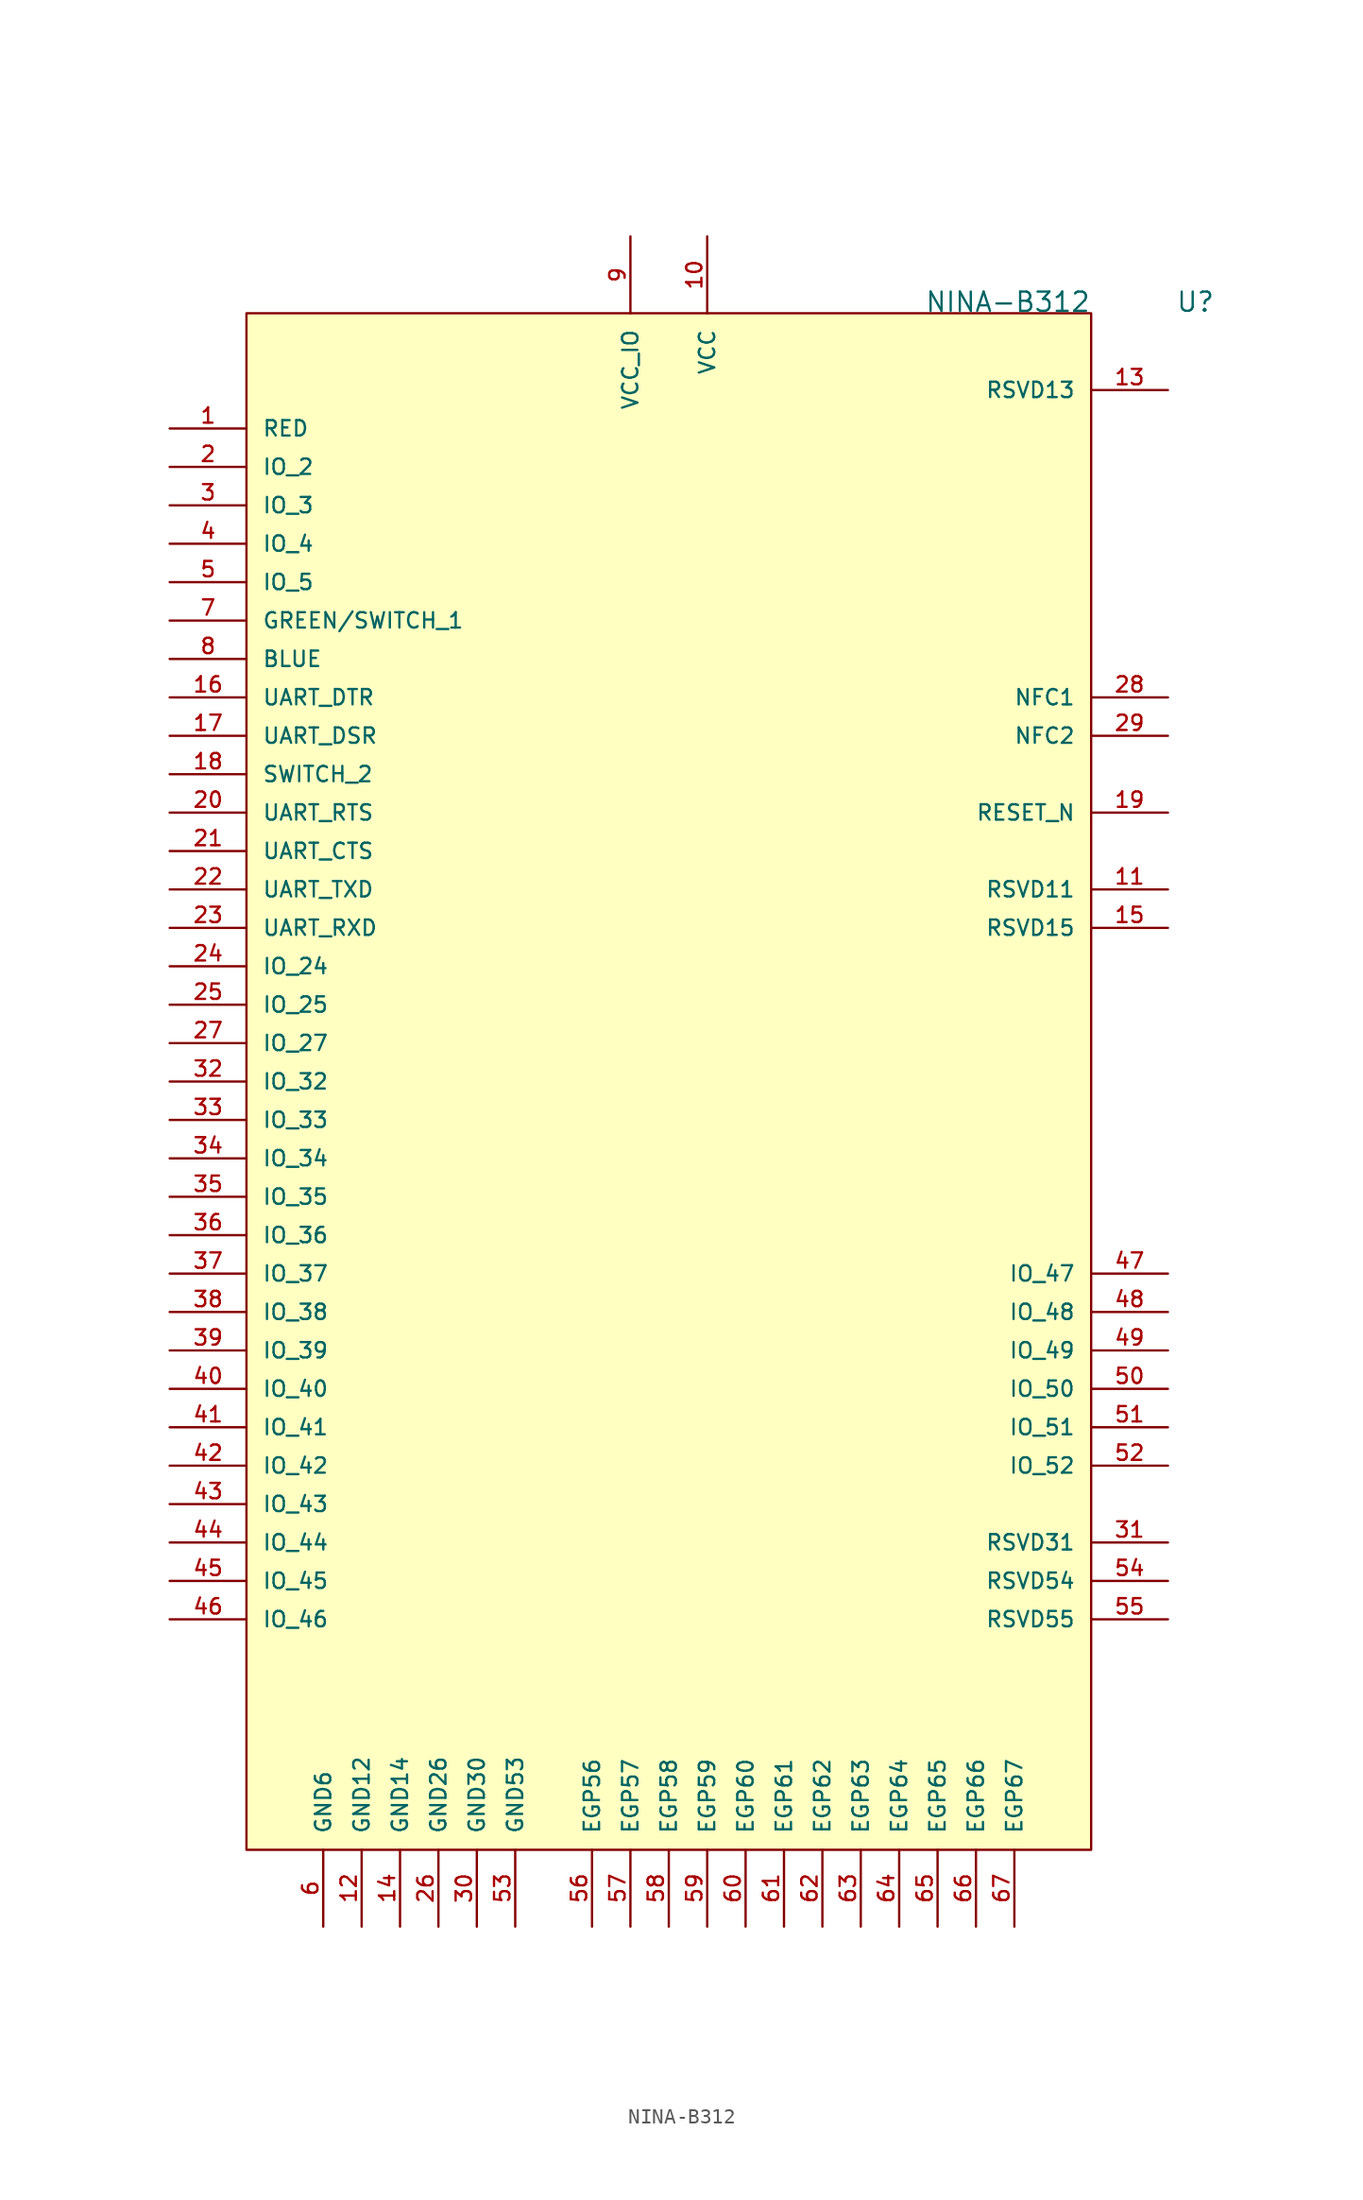
<source format=kicad_sym>
(kicad_symbol_lib
  (version 20211014)
  (generator kicad_symbol_editor)
  (symbol "NINA-B312"
    (pin_names
      (offset 1.016))
    (property "Reference" "U"
      (at 61.468 0.0 0)
      (effects (font (size 1.27 1.27)) (justify bottom left)))
    (property "Value" "NINA-B312"
      (at 55.88 0.0 0)
      (effects (font (size 1.27 1.27)) (justify bottom right)))
    (symbol "NINA-B312_0_0"
      (rectangle (start 3.5527136788e-15 -101.6) (end 55.88 -7.1054273576e-15) (stroke (width 0.152)) (fill (type background)))
      (pin bidirectional line (at 60.96 -81.28 180.0) (length 5.08) (name "RSVD31" (effects (font (size 1.016 1.016)))) (number "31" (effects (font (size 1.016 1.016)))))
      (pin power_in line (at 50.8 -106.68 90.0) (length 5.08) (name "EGP67" (effects (font (size 1.016 1.016)))) (number "67" (effects (font (size 1.016 1.016)))))
      (pin power_in line (at 48.26 -106.68 90.0) (length 5.08) (name "EGP66" (effects (font (size 1.016 1.016)))) (number "66" (effects (font (size 1.016 1.016)))))
      (pin power_in line (at 45.72 -106.68 90.0) (length 5.08) (name "EGP65" (effects (font (size 1.016 1.016)))) (number "65" (effects (font (size 1.016 1.016)))))
      (pin power_in line (at 43.18 -106.68 90.0) (length 5.08) (name "EGP64" (effects (font (size 1.016 1.016)))) (number "64" (effects (font (size 1.016 1.016)))))
      (pin power_in line (at 40.64 -106.68 90.0) (length 5.08) (name "EGP63" (effects (font (size 1.016 1.016)))) (number "63" (effects (font (size 1.016 1.016)))))
      (pin power_in line (at 38.1 -106.68 90.0) (length 5.08) (name "EGP62" (effects (font (size 1.016 1.016)))) (number "62" (effects (font (size 1.016 1.016)))))
      (pin power_in line (at 35.56 -106.68 90.0) (length 5.08) (name "EGP61" (effects (font (size 1.016 1.016)))) (number "61" (effects (font (size 1.016 1.016)))))
      (pin power_in line (at 33.02 -106.68 90.0) (length 5.08) (name "EGP60" (effects (font (size 1.016 1.016)))) (number "60" (effects (font (size 1.016 1.016)))))
      (pin power_in line (at 30.48 -106.68 90.0) (length 5.08) (name "EGP59" (effects (font (size 1.016 1.016)))) (number "59" (effects (font (size 1.016 1.016)))))
      (pin power_in line (at 27.94 -106.68 90.0) (length 5.08) (name "EGP58" (effects (font (size 1.016 1.016)))) (number "58" (effects (font (size 1.016 1.016)))))
      (pin power_in line (at 25.4 -106.68 90.0) (length 5.08) (name "EGP57" (effects (font (size 1.016 1.016)))) (number "57" (effects (font (size 1.016 1.016)))))
      (pin power_in line (at 22.86 -106.68 90.0) (length 5.08) (name "EGP56" (effects (font (size 1.016 1.016)))) (number "56" (effects (font (size 1.016 1.016)))))
      (pin power_in line (at 12.7 -106.68 90.0) (length 5.08) (name "GND26" (effects (font (size 1.016 1.016)))) (number "26" (effects (font (size 1.016 1.016)))))
      (pin power_in line (at 10.16 -106.68 90.0) (length 5.08) (name "GND14" (effects (font (size 1.016 1.016)))) (number "14" (effects (font (size 1.016 1.016)))))
      (pin power_in line (at 7.62 -106.68 90.0) (length 5.08) (name "GND12" (effects (font (size 1.016 1.016)))) (number "12" (effects (font (size 1.016 1.016)))))
      (pin power_in line (at 5.08 -106.68 90.0) (length 5.08) (name "GND6" (effects (font (size 1.016 1.016)))) (number "6" (effects (font (size 1.016 1.016)))))
      (pin power_in line (at 17.78 -106.68 90.0) (length 5.08) (name "GND53" (effects (font (size 1.016 1.016)))) (number "53" (effects (font (size 1.016 1.016)))))
      (pin bidirectional line (at 60.96 -63.5 180.0) (length 5.08) (name "IO_47" (effects (font (size 1.016 1.016)))) (number "47" (effects (font (size 1.016 1.016)))))
      (pin bidirectional line (at 60.96 -86.36 180.0) (length 5.08) (name "RSVD55" (effects (font (size 1.016 1.016)))) (number "55" (effects (font (size 1.016 1.016)))))
      (pin bidirectional line (at 60.96 -83.82 180.0) (length 5.08) (name "RSVD54" (effects (font (size 1.016 1.016)))) (number "54" (effects (font (size 1.016 1.016)))))
      (pin bidirectional line (at 60.96 -76.2 180.0) (length 5.08) (name "IO_52" (effects (font (size 1.016 1.016)))) (number "52" (effects (font (size 1.016 1.016)))))
      (pin bidirectional line (at 60.96 -73.66 180.0) (length 5.08) (name "IO_51" (effects (font (size 1.016 1.016)))) (number "51" (effects (font (size 1.016 1.016)))))
      (pin bidirectional line (at 60.96 -71.12 180.0) (length 5.08) (name "IO_50" (effects (font (size 1.016 1.016)))) (number "50" (effects (font (size 1.016 1.016)))))
      (pin bidirectional line (at 60.96 -68.58 180.0) (length 5.08) (name "IO_49" (effects (font (size 1.016 1.016)))) (number "49" (effects (font (size 1.016 1.016)))))
      (pin bidirectional line (at 60.96 -66.04 180.0) (length 5.08) (name "IO_48" (effects (font (size 1.016 1.016)))) (number "48" (effects (font (size 1.016 1.016)))))
      (pin bidirectional line (at -5.08 -86.36 0) (length 5.08) (name "IO_46" (effects (font (size 1.016 1.016)))) (number "46" (effects (font (size 1.016 1.016)))))
      (pin bidirectional line (at -5.08 -83.82 0) (length 5.08) (name "IO_45" (effects (font (size 1.016 1.016)))) (number "45" (effects (font (size 1.016 1.016)))))
      (pin bidirectional line (at -5.08 -81.28 0) (length 5.08) (name "IO_44" (effects (font (size 1.016 1.016)))) (number "44" (effects (font (size 1.016 1.016)))))
      (pin bidirectional line (at -5.08 -78.74 0) (length 5.08) (name "IO_43" (effects (font (size 1.016 1.016)))) (number "43" (effects (font (size 1.016 1.016)))))
      (pin bidirectional line (at -5.08 -76.2 0) (length 5.08) (name "IO_42" (effects (font (size 1.016 1.016)))) (number "42" (effects (font (size 1.016 1.016)))))
      (pin bidirectional line (at -5.08 -73.66 0) (length 5.08) (name "IO_41" (effects (font (size 1.016 1.016)))) (number "41" (effects (font (size 1.016 1.016)))))
      (pin bidirectional line (at -5.08 -71.12 0) (length 5.08) (name "IO_40" (effects (font (size 1.016 1.016)))) (number "40" (effects (font (size 1.016 1.016)))))
      (pin bidirectional line (at -5.08 -68.58 0) (length 5.08) (name "IO_39" (effects (font (size 1.016 1.016)))) (number "39" (effects (font (size 1.016 1.016)))))
      (pin bidirectional line (at -5.08 -66.04 0) (length 5.08) (name "IO_38" (effects (font (size 1.016 1.016)))) (number "38" (effects (font (size 1.016 1.016)))))
      (pin bidirectional line (at -5.08 -63.5 0) (length 5.08) (name "IO_37" (effects (font (size 1.016 1.016)))) (number "37" (effects (font (size 1.016 1.016)))))
      (pin bidirectional line (at -5.08 -60.96 0) (length 5.08) (name "IO_36" (effects (font (size 1.016 1.016)))) (number "36" (effects (font (size 1.016 1.016)))))
      (pin bidirectional line (at -5.08 -58.42 0) (length 5.08) (name "IO_35" (effects (font (size 1.016 1.016)))) (number "35" (effects (font (size 1.016 1.016)))))
      (pin bidirectional line (at -5.08 -55.88 0) (length 5.08) (name "IO_34" (effects (font (size 1.016 1.016)))) (number "34" (effects (font (size 1.016 1.016)))))
      (pin bidirectional line (at -5.08 -53.34 0) (length 5.08) (name "IO_33" (effects (font (size 1.016 1.016)))) (number "33" (effects (font (size 1.016 1.016)))))
      (pin bidirectional line (at -5.08 -50.8 0) (length 5.08) (name "IO_32" (effects (font (size 1.016 1.016)))) (number "32" (effects (font (size 1.016 1.016)))))
      (pin input line (at -5.08 -35.56 0) (length 5.08) (name "UART_CTS" (effects (font (size 1.016 1.016)))) (number "21" (effects (font (size 1.016 1.016)))))
      (pin input line (at -5.08 -30.48 0) (length 5.08) (name "SWITCH_2" (effects (font (size 1.016 1.016)))) (number "18" (effects (font (size 1.016 1.016)))))
      (pin output line (at -5.08 -38.1 0) (length 5.08) (name "UART_TXD" (effects (font (size 1.016 1.016)))) (number "22" (effects (font (size 1.016 1.016)))))
      (pin input line (at -5.08 -40.64 0) (length 5.08) (name "UART_RXD" (effects (font (size 1.016 1.016)))) (number "23" (effects (font (size 1.016 1.016)))))
      (pin bidirectional line (at -5.08 -20.32 0) (length 5.08) (name "GREEN/SWITCH_1" (effects (font (size 1.016 1.016)))) (number "7" (effects (font (size 1.016 1.016)))))
      (pin bidirectional line (at -5.08 -43.18 0) (length 5.08) (name "IO_24" (effects (font (size 1.016 1.016)))) (number "24" (effects (font (size 1.016 1.016)))))
      (pin bidirectional line (at -5.08 -45.72 0) (length 5.08) (name "IO_25" (effects (font (size 1.016 1.016)))) (number "25" (effects (font (size 1.016 1.016)))))
      (pin power_in line (at 15.24 -106.68 90.0) (length 5.08) (name "GND30" (effects (font (size 1.016 1.016)))) (number "30" (effects (font (size 1.016 1.016)))))
      (pin bidirectional line (at -5.08 -12.7 0) (length 5.08) (name "IO_3" (effects (font (size 1.016 1.016)))) (number "3" (effects (font (size 1.016 1.016)))))
      (pin bidirectional line (at -5.08 -15.24 0) (length 5.08) (name "IO_4" (effects (font (size 1.016 1.016)))) (number "4" (effects (font (size 1.016 1.016)))))
      (pin output line (at -5.08 -25.4 0) (length 5.08) (name "UART_DTR" (effects (font (size 1.016 1.016)))) (number "16" (effects (font (size 1.016 1.016)))))
      (pin output line (at -5.08 -7.62 0) (length 5.08) (name "RED" (effects (font (size 1.016 1.016)))) (number "1" (effects (font (size 1.016 1.016)))))
      (pin input line (at 60.96 -38.1 180.0) (length 5.08) (name "RSVD11" (effects (font (size 1.016 1.016)))) (number "11" (effects (font (size 1.016 1.016)))))
      (pin input line (at -5.08 -27.94 0) (length 5.08) (name "UART_DSR" (effects (font (size 1.016 1.016)))) (number "17" (effects (font (size 1.016 1.016)))))
      (pin output line (at -5.08 -33.02 0) (length 5.08) (name "UART_RTS" (effects (font (size 1.016 1.016)))) (number "20" (effects (font (size 1.016 1.016)))))
      (pin bidirectional line (at -5.08 -10.16 0) (length 5.08) (name "IO_2" (effects (font (size 1.016 1.016)))) (number "2" (effects (font (size 1.016 1.016)))))
      (pin bidirectional line (at 60.96 -40.64 180.0) (length 5.08) (name "RSVD15" (effects (font (size 1.016 1.016)))) (number "15" (effects (font (size 1.016 1.016)))))
      (pin output line (at -5.08 -22.86 0) (length 5.08) (name "BLUE" (effects (font (size 1.016 1.016)))) (number "8" (effects (font (size 1.016 1.016)))))
      (pin input line (at 60.96 -33.02 180.0) (length 5.08) (name "RESET_N" (effects (font (size 1.016 1.016)))) (number "19" (effects (font (size 1.016 1.016)))))
      (pin passive line (at 60.96 -5.08 180.0) (length 5.08) (name "RSVD13" (effects (font (size 1.016 1.016)))) (number "13" (effects (font (size 1.016 1.016)))))
      (pin bidirectional line (at -5.08 -17.78 0) (length 5.08) (name "IO_5" (effects (font (size 1.016 1.016)))) (number "5" (effects (font (size 1.016 1.016)))))
      (pin bidirectional line (at 60.96 -27.94 180.0) (length 5.08) (name "NFC2" (effects (font (size 1.016 1.016)))) (number "29" (effects (font (size 1.016 1.016)))))
      (pin bidirectional line (at 60.96 -25.4 180.0) (length 5.08) (name "NFC1" (effects (font (size 1.016 1.016)))) (number "28" (effects (font (size 1.016 1.016)))))
      (pin bidirectional line (at -5.08 -48.26 0) (length 5.08) (name "IO_27" (effects (font (size 1.016 1.016)))) (number "27" (effects (font (size 1.016 1.016)))))
      (pin power_in line (at 25.4 5.08 270.0) (length 5.08) (name "VCC_IO" (effects (font (size 1.016 1.016)))) (number "9" (effects (font (size 1.016 1.016)))))
      (pin power_in line (at 30.48 5.08 270.0) (length 5.08) (name "VCC" (effects (font (size 1.016 1.016)))) (number "10" (effects (font (size 1.016 1.016))))))))
</source>
